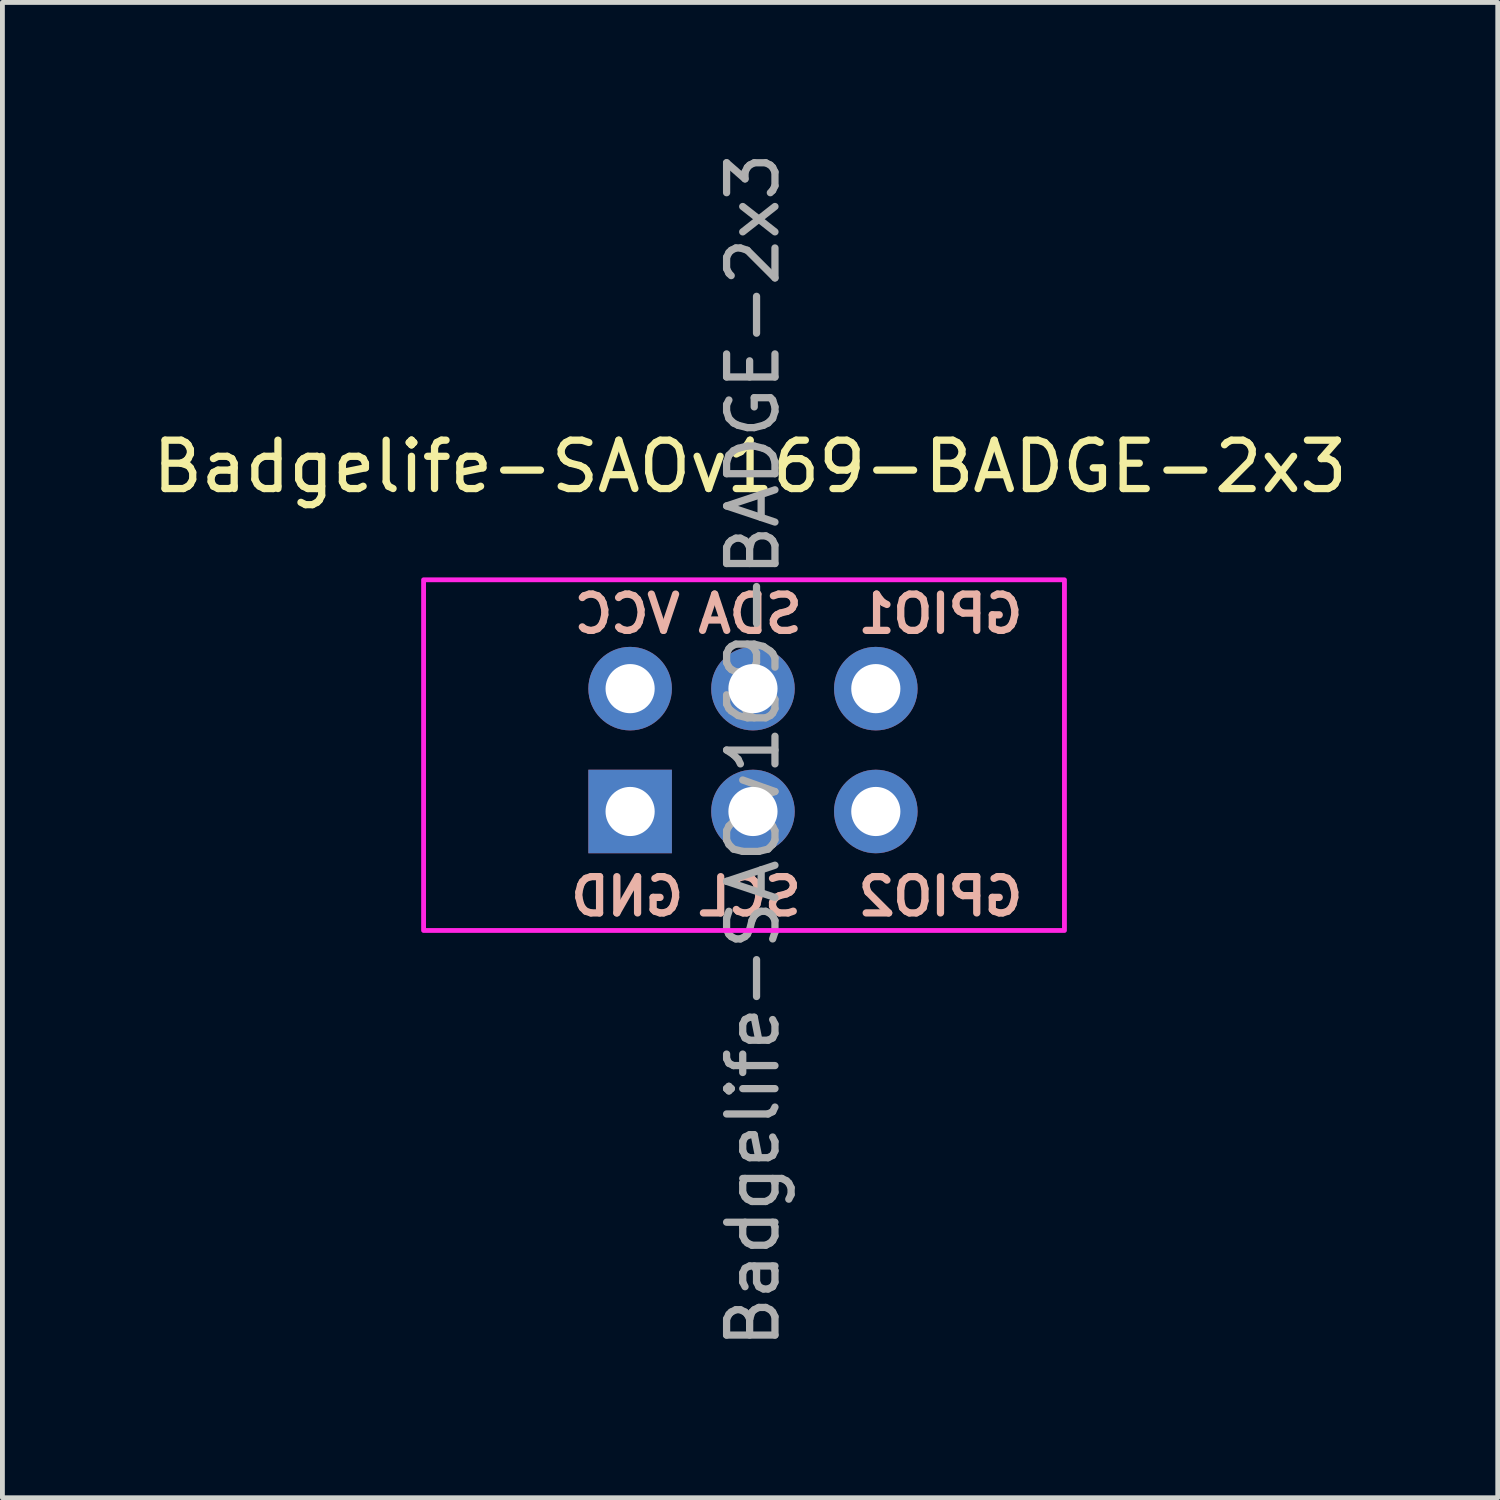
<source format=kicad_pcb>
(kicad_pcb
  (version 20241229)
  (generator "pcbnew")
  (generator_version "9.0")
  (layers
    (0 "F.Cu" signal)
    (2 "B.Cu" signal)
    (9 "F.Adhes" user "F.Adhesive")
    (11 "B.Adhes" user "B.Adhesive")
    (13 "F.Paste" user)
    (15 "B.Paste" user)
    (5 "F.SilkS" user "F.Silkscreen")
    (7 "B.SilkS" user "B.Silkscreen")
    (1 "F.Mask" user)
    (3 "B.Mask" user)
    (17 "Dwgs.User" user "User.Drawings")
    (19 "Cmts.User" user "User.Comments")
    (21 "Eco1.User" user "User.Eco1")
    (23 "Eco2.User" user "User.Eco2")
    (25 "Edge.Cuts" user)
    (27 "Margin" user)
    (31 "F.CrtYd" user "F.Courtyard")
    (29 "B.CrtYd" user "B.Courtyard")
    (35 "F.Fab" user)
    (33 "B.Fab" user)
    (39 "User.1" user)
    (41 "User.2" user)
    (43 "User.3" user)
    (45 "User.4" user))
  (footprint "Badgelife-SAOv169-BADGE-2x3"
    (layer "F.Cu")
    (at 12.458 12.438)
    (property "Reference" "Badgelife-SAOv169-BADGE-2x3" (at 0 -5.842 0) (layer "F.SilkS") (effects (font (size 1 1) (thickness 0.15))))
    (attr through_hole)
    (fp_rect (start -6.75 -3.5) (end 6.5 3.75) (stroke (width 0.1) (type default)) (fill no) (layer "F.CrtYd"))
    (fp_line (start -2.159 -4.064) (end 2.159 -4.064) (stroke (width 0.5) (type solid)) (layer "User.1"))
    (fp_line (start -2.159 -3.556) (end -2.159 -4.064) (stroke (width 0.5) (type solid)) (layer "User.1"))
    (fp_line (start 2.159 -4.064) (end 2.159 -3.556) (stroke (width 0.5) (type solid)) (layer "User.1"))
    (fp_line (start 2.159 -3.683) (end -2.159 -3.683) (stroke (width 0.5) (type solid)) (layer "User.1"))
    (fp_text user "SDA" (at 0 -2.794 0) (layer "B.SilkS") (effects (font (size 0.75 0.75) (thickness 0.15)) (justify mirror)))
    (fp_text user "VCC" (at -2.54 -2.794 0) (layer "B.SilkS") (effects (font (size 0.75 0.75) (thickness 0.15)) (justify mirror)))
    (fp_text user "GPIO1" (at 3.937 -2.794 0) (layer "B.SilkS") (effects (font (size 0.75 0.75) (thickness 0.15)) (justify mirror)))
    (fp_text user "GND" (at -2.54 3.048 0) (layer "B.SilkS") (effects (font (size 0.75 0.75) (thickness 0.15)) (justify mirror)))
    (fp_text user "GPIO2" (at 3.937 3.048 0) (layer "B.SilkS") (effects (font (size 0.75 0.75) (thickness 0.15)) (justify mirror)))
    (fp_text user "SCL" (at 0 3.048 0) (layer "B.SilkS") (effects (font (size 0.75 0.75) (thickness 0.15)) (justify mirror)))
    (fp_text user "${REFERENCE}" (at 0.06 0.02 270) (layer "F.Fab") (effects (font (size 1 1) (thickness 0.15))))
    (pad "1" thru_hole oval (at -2.48 -1.25 270) (size 1.727 1.727) (drill 1.016) (layers "*.Cu" "*.Mask"))
    (pad "2" thru_hole rect (at -2.48 1.29 270) (size 1.727 1.727) (drill 1.016) (layers "*.Cu" "*.Mask"))
    (pad "3" thru_hole oval (at 0.06 -1.25 270) (size 1.727 1.727) (drill 1.016) (layers "*.Cu" "*.Mask"))
    (pad "4" thru_hole oval (at 0.06 1.29 270) (size 1.727 1.727) (drill 1.016) (layers "*.Cu" "*.Mask"))
    (pad "5" thru_hole circle (at 2.6 -1.25 270) (size 1.727 1.727) (drill 1.016) (layers "*.Cu" "*.Mask"))
    (pad "6" thru_hole circle (at 2.6 1.29 270) (size 1.727 1.727) (drill 1.016) (layers "*.Cu" "*.Mask")))
  (gr_rect
    (start -3 -3)
    (end 27.917 27.917)
    (stroke (width 0.1) (type default))
    (fill no)
    (layer "Edge.Cuts")))
</source>
